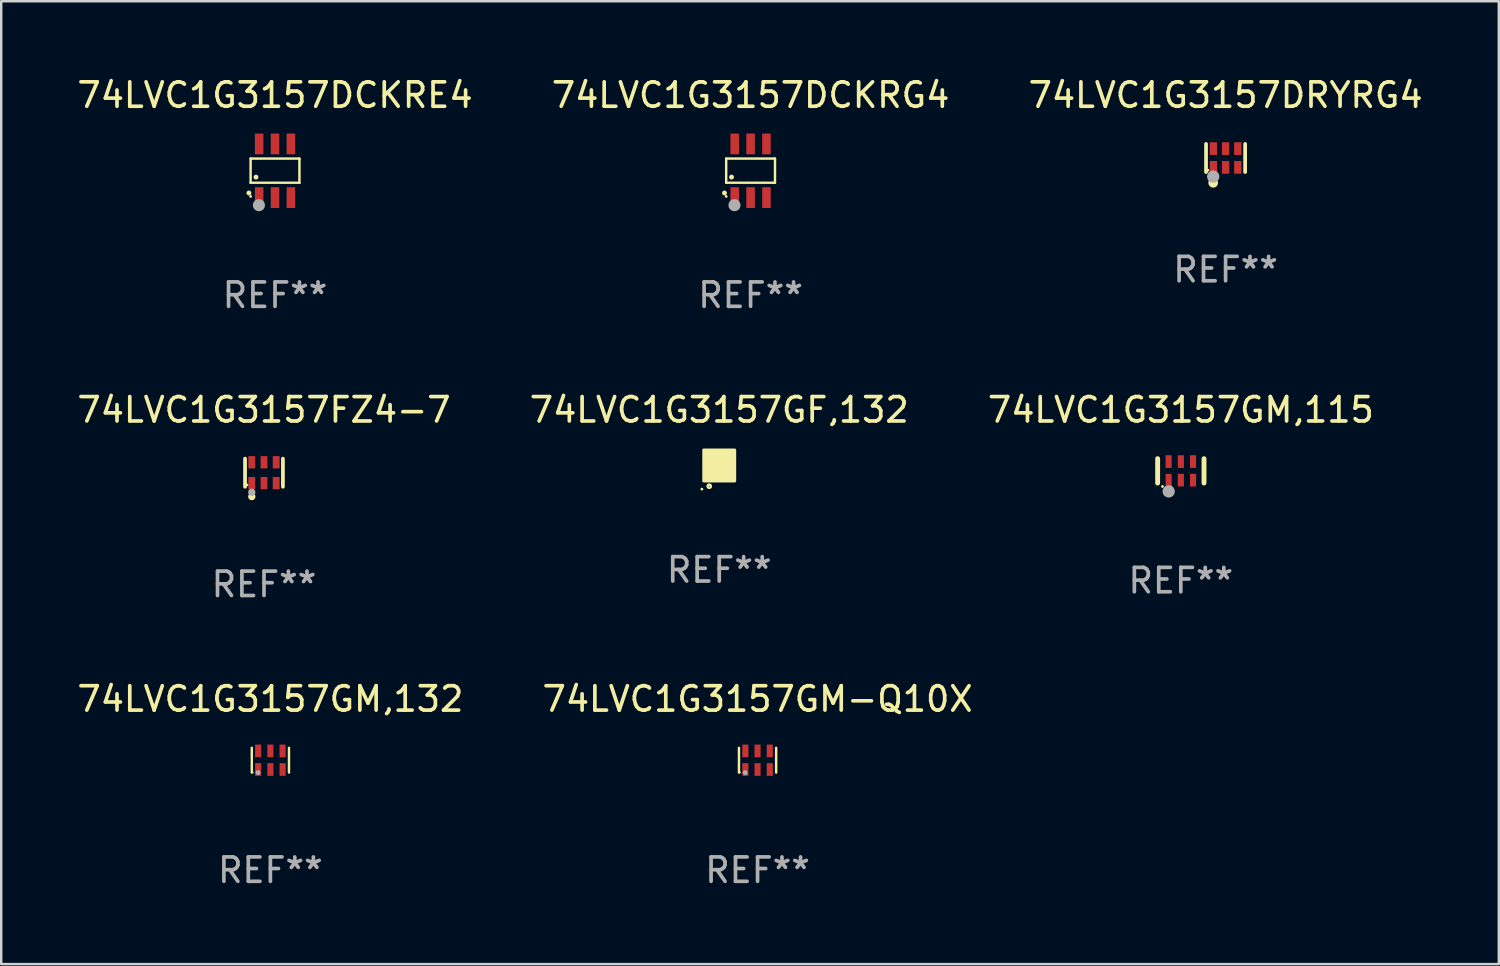
<source format=kicad_pcb>
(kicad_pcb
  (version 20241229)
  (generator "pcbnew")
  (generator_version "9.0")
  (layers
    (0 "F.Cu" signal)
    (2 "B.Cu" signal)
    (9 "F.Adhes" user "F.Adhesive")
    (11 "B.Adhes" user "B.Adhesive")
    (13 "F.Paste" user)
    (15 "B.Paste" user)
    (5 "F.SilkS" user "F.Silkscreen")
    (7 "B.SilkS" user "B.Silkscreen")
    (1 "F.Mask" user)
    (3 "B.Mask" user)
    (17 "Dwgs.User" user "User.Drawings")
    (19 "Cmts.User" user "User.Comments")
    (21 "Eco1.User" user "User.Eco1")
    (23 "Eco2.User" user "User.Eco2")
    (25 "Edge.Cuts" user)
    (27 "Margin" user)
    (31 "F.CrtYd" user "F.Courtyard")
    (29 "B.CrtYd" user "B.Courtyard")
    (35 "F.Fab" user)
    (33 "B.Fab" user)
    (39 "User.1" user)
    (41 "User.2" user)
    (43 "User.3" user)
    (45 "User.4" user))
  (footprint "74LVC1G3157FZ4-7"
    (layer "F.Cu")
    (at 7.768 16.321)
    (property "Reference" "74LVC1G3157FZ4-7" (at 0 -2.576 0) (layer "F.SilkS") (effects (font (size 1 1) (thickness 0.15))))
    (attr through_hole)
    (fp_line (start -0.776 0.576) (end -0.776 -0.576) (stroke (width 0.152) (type solid)) (layer "F.SilkS"))
    (fp_line (start 0.776 0.576) (end 0.776 -0.576) (stroke (width 0.152) (type solid)) (layer "F.SilkS"))
    (fp_circle (center -0.7 0.5) (end -0.67 0.5) (stroke (width 0.06) (type solid)) (fill no) (layer "F.SilkS"))
    (fp_circle (center -0.5 0.98) (end -0.425 0.98) (stroke (width 0.15) (type solid)) (fill no) (layer "F.SilkS"))
    (fp_circle (center -0.5 0.8) (end -0.425 0.8) (stroke (width 0.15) (type solid)) (fill no) (layer "F.Fab"))
    (fp_text user "REF**" (at 0 4.576 0) (layer "F.Fab") (effects (font (size 1 1) (thickness 0.15))))
    (pad "1" smd rect (at -0.5 0.427) (size 0.28 0.505) (layers "F.Cu" "F.Mask" "F.Paste"))
    (pad "2" smd rect (at 0 0.427) (size 0.28 0.505) (layers "F.Cu" "F.Mask" "F.Paste"))
    (pad "3" smd rect (at 0.5 0.427) (size 0.28 0.505) (layers "F.Cu" "F.Mask" "F.Paste"))
    (pad "4" smd rect (at 0.5 -0.427) (size 0.28 0.505) (layers "F.Cu" "F.Mask" "F.Paste"))
    (pad "5" smd rect (at 0 -0.427) (size 0.28 0.505) (layers "F.Cu" "F.Mask" "F.Paste"))
    (pad "6" smd rect (at -0.5 -0.427) (size 0.28 0.505) (layers "F.Cu" "F.Mask" "F.Paste")))
  (footprint "74LVC1G3157DCKRE4"
    (layer "F.Cu")
    (at 8.22 3.948)
    (property "Reference" "74LVC1G3157DCKRE4" (at 0 -3.1 0) (layer "F.SilkS") (effects (font (size 1 1) (thickness 0.15))))
    (attr through_hole)
    (fp_line (start -1 -0.5) (end -1 0.49) (stroke (width 0.1) (type solid)) (layer "F.SilkS"))
    (fp_line (start -1 0.49) (end 1 0.49) (stroke (width 0.1) (type solid)) (layer "F.SilkS"))
    (fp_line (start 0.99 -0.5) (end -1 -0.5) (stroke (width 0.1) (type solid)) (layer "F.SilkS"))
    (fp_line (start 1 -0.49) (end 0.99 -0.5) (stroke (width 0.1) (type solid)) (layer "F.SilkS"))
    (fp_line (start 1 0.49) (end 1 -0.49) (stroke (width 0.1) (type solid)) (layer "F.SilkS"))
    (fp_circle (center -1.07 0.91) (end -1.02 0.91) (stroke (width 0.1) (type solid)) (fill no) (layer "F.SilkS"))
    (fp_circle (center -1 1.05) (end -0.97 1.05) (stroke (width 0.06) (type solid)) (fill no) (layer "F.SilkS"))
    (fp_circle (center -0.78 0.26) (end -0.73 0.26) (stroke (width 0.1) (type solid)) (fill no) (layer "F.SilkS"))
    (fp_circle (center -0.66 1.41) (end -0.535 1.41) (stroke (width 0.25) (type solid)) (fill no) (layer "F.Fab"))
    (fp_text user "REF**" (at 0 5.1 0) (layer "F.Fab") (effects (font (size 1 1) (thickness 0.15))))
    (pad "1" smd rect (at -0.65 1.1) (size 0.35 0.85) (layers "F.Cu" "F.Mask" "F.Paste"))
    (pad "2" smd rect (at 0 1.1) (size 0.35 0.85) (layers "F.Cu" "F.Mask" "F.Paste"))
    (pad "3" smd rect (at 0.65 1.1) (size 0.35 0.85) (layers "F.Cu" "F.Mask" "F.Paste"))
    (pad "4" smd rect (at 0.65 -1.1) (size 0.35 0.85) (layers "F.Cu" "F.Mask" "F.Paste"))
    (pad "5" smd rect (at 0 -1.1) (size 0.35 0.85) (layers "F.Cu" "F.Mask" "F.Paste"))
    (pad "6" smd rect (at -0.65 -1.1) (size 0.35 0.85) (layers "F.Cu" "F.Mask" "F.Paste")))
  (footprint "74LVC1G3157GF,132"
    (layer "F.Cu")
    (at 26.423 16.025)
    (property "Reference" "74LVC1G3157GF,132" (at 0 -2.28 0) (layer "F.SilkS") (effects (font (size 1 1) (thickness 0.15))))
    (attr through_hole)
    (fp_circle (center -0.71 0.968) (end -0.68 0.968) (stroke (width 0.06) (type solid)) (fill no) (layer "F.SilkS"))
    (fp_circle (center -0.41 0.85) (end -0.342 0.85) (stroke (width 0.1) (type solid)) (fill no) (layer "F.SilkS"))
    (fp_poly (pts (xy -0.635 -0.635) (xy 0.635 -0.635) (xy 0.635 0.635) (xy -0.635 0.635)) (stroke (width 0.12) (type solid)) (fill yes) (layer "F.SilkS"))
    (fp_text user "REF**" (at 0 4.28 0) (layer "F.Fab") (effects (font (size 1 1) (thickness 0.15))))
    (pad "1" smd rect (at -0.35 0.28 90) (size 0.35 0.2) (layers "F.Cu" "F.Mask" "F.Paste"))
    (pad "2" smd rect (at 0 0.28 90) (size 0.35 0.2) (layers "F.Cu" "F.Mask" "F.Paste"))
    (pad "3" smd rect (at 0.35 0.28 90) (size 0.35 0.2) (layers "F.Cu" "F.Mask" "F.Paste"))
    (pad "4" smd rect (at 0.35 -0.28 90) (size 0.35 0.2) (layers "F.Cu" "F.Mask" "F.Paste"))
    (pad "5" smd rect (at 0 -0.28 90) (size 0.35 0.2) (layers "F.Cu" "F.Mask" "F.Paste"))
    (pad "6" smd rect (at -0.35 -0.28 90) (size 0.35 0.2) (layers "F.Cu" "F.Mask" "F.Paste")))
  (footprint "74LVC1G3157GM-Q10X"
    (layer "F.Cu")
    (at 27.994 28.102)
    (property "Reference" "74LVC1G3157GM-Q10X" (at 0 -2.508 0) (layer "F.SilkS") (effects (font (size 1 1) (thickness 0.15))))
    (attr through_hole)
    (fp_line (start -0.762 -0.508) (end -0.762 0.508) (stroke (width 0.1) (type solid)) (layer "F.SilkS"))
    (fp_line (start 0.762 -0.508) (end 0.762 0.508) (stroke (width 0.1) (type solid)) (layer "F.SilkS"))
    (fp_circle (center -0.725 0.5) (end -0.705 0.5) (stroke (width 0.04) (type solid)) (fill no) (layer "F.SilkS"))
    (fp_circle (center -0.508 0.508) (end -0.458 0.508) (stroke (width 0.1) (type solid)) (fill no) (layer "F.Fab"))
    (fp_text user "REF**" (at 0 4.508 0) (layer "F.Fab") (effects (font (size 1 1) (thickness 0.15))))
    (pad "1" smd rect (at -0.5 0.38) (size 0.25 0.52) (layers "F.Cu" "F.Mask" "F.Paste"))
    (pad "2" smd rect (at -0.000127 0.38) (size 0.25 0.52) (layers "F.Cu" "F.Mask" "F.Paste"))
    (pad "3" smd rect (at 0.5 0.38) (size 0.25 0.52) (layers "F.Cu" "F.Mask" "F.Paste"))
    (pad "4" smd rect (at 0.5 -0.38 180) (size 0.25 0.52) (layers "F.Cu" "F.Mask" "F.Paste"))
    (pad "5" smd rect (at -0.000127 -0.38 180) (size 0.25 0.52) (layers "F.Cu" "F.Mask" "F.Paste"))
    (pad "6" smd rect (at -0.5 -0.38 180) (size 0.25 0.52) (layers "F.Cu" "F.Mask" "F.Paste")))
  (footprint "74LVC1G3157GM,115"
    (layer "F.Cu")
    (at 45.339 16.245)
    (property "Reference" "74LVC1G3157GM,115" (at 0 -2.5 0) (layer "F.SilkS") (effects (font (size 1 1) (thickness 0.15))))
    (attr through_hole)
    (fp_line (start -0.95 0.5) (end -0.95 -0.5) (stroke (width 0.2) (type solid)) (layer "F.SilkS"))
    (fp_line (start 0.95 0.5) (end 0.95 -0.5) (stroke (width 0.2) (type solid)) (layer "F.SilkS"))
    (fp_circle (center -0.75 0.64) (end -0.72 0.64) (stroke (width 0.06) (type solid)) (fill no) (layer "F.SilkS"))
    (fp_circle (center -0.498 0.842) (end -0.371 0.842) (stroke (width 0.254) (type solid)) (fill no) (layer "F.Fab"))
    (fp_text user "REF**" (at 0 4.5 0) (layer "F.Fab") (effects (font (size 1 1) (thickness 0.15))))
    (pad "1" smd rect (at -0.5 0.38) (size 0.25 0.52) (layers "F.Cu" "F.Mask" "F.Paste"))
    (pad "2" smd rect (at 0 0.38) (size 0.25 0.52) (layers "F.Cu" "F.Mask" "F.Paste"))
    (pad "3" smd rect (at 0.5 0.38) (size 0.25 0.52) (layers "F.Cu" "F.Mask" "F.Paste"))
    (pad "4" smd rect (at 0.5 -0.38 180) (size 0.25 0.52) (layers "F.Cu" "F.Mask" "F.Paste"))
    (pad "5" smd rect (at 0 -0.38 180) (size 0.25 0.52) (layers "F.Cu" "F.Mask" "F.Paste"))
    (pad "6" smd rect (at -0.5 -0.38 180) (size 0.25 0.52) (layers "F.Cu" "F.Mask" "F.Paste")))
  (footprint "74LVC1G3157DCKRG4"
    (layer "F.Cu")
    (at 27.708 3.948)
    (property "Reference" "74LVC1G3157DCKRG4" (at 0 -3.1 0) (layer "F.SilkS") (effects (font (size 1 1) (thickness 0.15))))
    (attr through_hole)
    (fp_line (start -1 -0.5) (end -1 0.49) (stroke (width 0.1) (type solid)) (layer "F.SilkS"))
    (fp_line (start -1 0.49) (end 1 0.49) (stroke (width 0.1) (type solid)) (layer "F.SilkS"))
    (fp_line (start 0.99 -0.5) (end -1 -0.5) (stroke (width 0.1) (type solid)) (layer "F.SilkS"))
    (fp_line (start 1 -0.49) (end 0.99 -0.5) (stroke (width 0.1) (type solid)) (layer "F.SilkS"))
    (fp_line (start 1 0.49) (end 1 -0.49) (stroke (width 0.1) (type solid)) (layer "F.SilkS"))
    (fp_circle (center -1.07 0.91) (end -1.02 0.91) (stroke (width 0.1) (type solid)) (fill no) (layer "F.SilkS"))
    (fp_circle (center -1 1.05) (end -0.97 1.05) (stroke (width 0.06) (type solid)) (fill no) (layer "F.SilkS"))
    (fp_circle (center -0.78 0.26) (end -0.73 0.26) (stroke (width 0.1) (type solid)) (fill no) (layer "F.SilkS"))
    (fp_circle (center -0.66 1.41) (end -0.535 1.41) (stroke (width 0.25) (type solid)) (fill no) (layer "F.Fab"))
    (fp_text user "REF**" (at 0 5.1 0) (layer "F.Fab") (effects (font (size 1 1) (thickness 0.15))))
    (pad "1" smd rect (at -0.65 1.1) (size 0.35 0.85) (layers "F.Cu" "F.Mask" "F.Paste"))
    (pad "2" smd rect (at 0 1.1) (size 0.35 0.85) (layers "F.Cu" "F.Mask" "F.Paste"))
    (pad "3" smd rect (at 0.65 1.1) (size 0.35 0.85) (layers "F.Cu" "F.Mask" "F.Paste"))
    (pad "4" smd rect (at 0.65 -1.1) (size 0.35 0.85) (layers "F.Cu" "F.Mask" "F.Paste"))
    (pad "5" smd rect (at 0 -1.1) (size 0.35 0.85) (layers "F.Cu" "F.Mask" "F.Paste"))
    (pad "6" smd rect (at -0.65 -1.1) (size 0.35 0.85) (layers "F.Cu" "F.Mask" "F.Paste")))
  (footprint "74LVC1G3157GM,132"
    (layer "F.Cu")
    (at 8.03 28.102)
    (property "Reference" "74LVC1G3157GM,132" (at 0 -2.508 0) (layer "F.SilkS") (effects (font (size 1 1) (thickness 0.15))))
    (attr through_hole)
    (fp_line (start -0.762 -0.508) (end -0.762 0.508) (stroke (width 0.1) (type solid)) (layer "F.SilkS"))
    (fp_line (start 0.762 -0.508) (end 0.762 0.508) (stroke (width 0.1) (type solid)) (layer "F.SilkS"))
    (fp_circle (center -0.725 0.5) (end -0.705 0.5) (stroke (width 0.04) (type solid)) (fill no) (layer "F.SilkS"))
    (fp_circle (center -0.508 0.508) (end -0.458 0.508) (stroke (width 0.1) (type solid)) (fill no) (layer "F.Fab"))
    (fp_text user "REF**" (at 0 4.508 0) (layer "F.Fab") (effects (font (size 1 1) (thickness 0.15))))
    (pad "1" smd rect (at -0.5 0.38) (size 0.25 0.52) (layers "F.Cu" "F.Mask" "F.Paste"))
    (pad "2" smd rect (at -0.000127 0.38) (size 0.25 0.52) (layers "F.Cu" "F.Mask" "F.Paste"))
    (pad "3" smd rect (at 0.5 0.38) (size 0.25 0.52) (layers "F.Cu" "F.Mask" "F.Paste"))
    (pad "4" smd rect (at 0.5 -0.38 180) (size 0.25 0.52) (layers "F.Cu" "F.Mask" "F.Paste"))
    (pad "5" smd rect (at -0.000127 -0.38 180) (size 0.25 0.52) (layers "F.Cu" "F.Mask" "F.Paste"))
    (pad "6" smd rect (at -0.5 -0.38 180) (size 0.25 0.52) (layers "F.Cu" "F.Mask" "F.Paste")))
  (footprint "74LVC1G3157DRYRG4"
    (layer "F.Cu")
    (at 47.173 3.424)
    (property "Reference" "74LVC1G3157DRYRG4" (at 0 -2.576 0) (layer "F.SilkS") (effects (font (size 1 1) (thickness 0.15))))
    (attr through_hole)
    (fp_line (start -0.801 0.576) (end -0.801 -0.576) (stroke (width 0.152) (type solid)) (layer "F.SilkS"))
    (fp_line (start 0.801 -0.576) (end 0.801 0.576) (stroke (width 0.152) (type solid)) (layer "F.SilkS"))
    (fp_circle (center -0.725 0.5) (end -0.695 0.5) (stroke (width 0.06) (type solid)) (fill no) (layer "F.SilkS"))
    (fp_circle (center -0.508 1.016) (end -0.408 1.016) (stroke (width 0.2) (type solid)) (fill no) (layer "F.SilkS"))
    (fp_circle (center -0.508 0.762) (end -0.381 0.762) (stroke (width 0.254) (type solid)) (fill no) (layer "F.Fab"))
    (fp_text user "REF**" (at 0 4.576 0) (layer "F.Fab") (effects (font (size 1 1) (thickness 0.15))))
    (pad "1" smd rect (at -0.5 0.385) (size 0.3 0.52) (layers "F.Cu" "F.Mask" "F.Paste"))
    (pad "2" smd rect (at 0 0.385) (size 0.3 0.52) (layers "F.Cu" "F.Mask" "F.Paste"))
    (pad "3" smd rect (at 0.5 0.385) (size 0.3 0.52) (layers "F.Cu" "F.Mask" "F.Paste"))
    (pad "4" smd rect (at 0.5 -0.385) (size 0.3 0.52) (layers "F.Cu" "F.Mask" "F.Paste"))
    (pad "5" smd rect (at 0 -0.385) (size 0.3 0.52) (layers "F.Cu" "F.Mask" "F.Paste"))
    (pad "6" smd rect (at -0.5 -0.385) (size 0.3 0.52) (layers "F.Cu" "F.Mask" "F.Paste")))
  (gr_rect
    (start -3 -3)
    (end 58.369 36.458)
    (stroke (width 0.1) (type default))
    (fill no)
    (layer "Edge.Cuts")))
</source>
